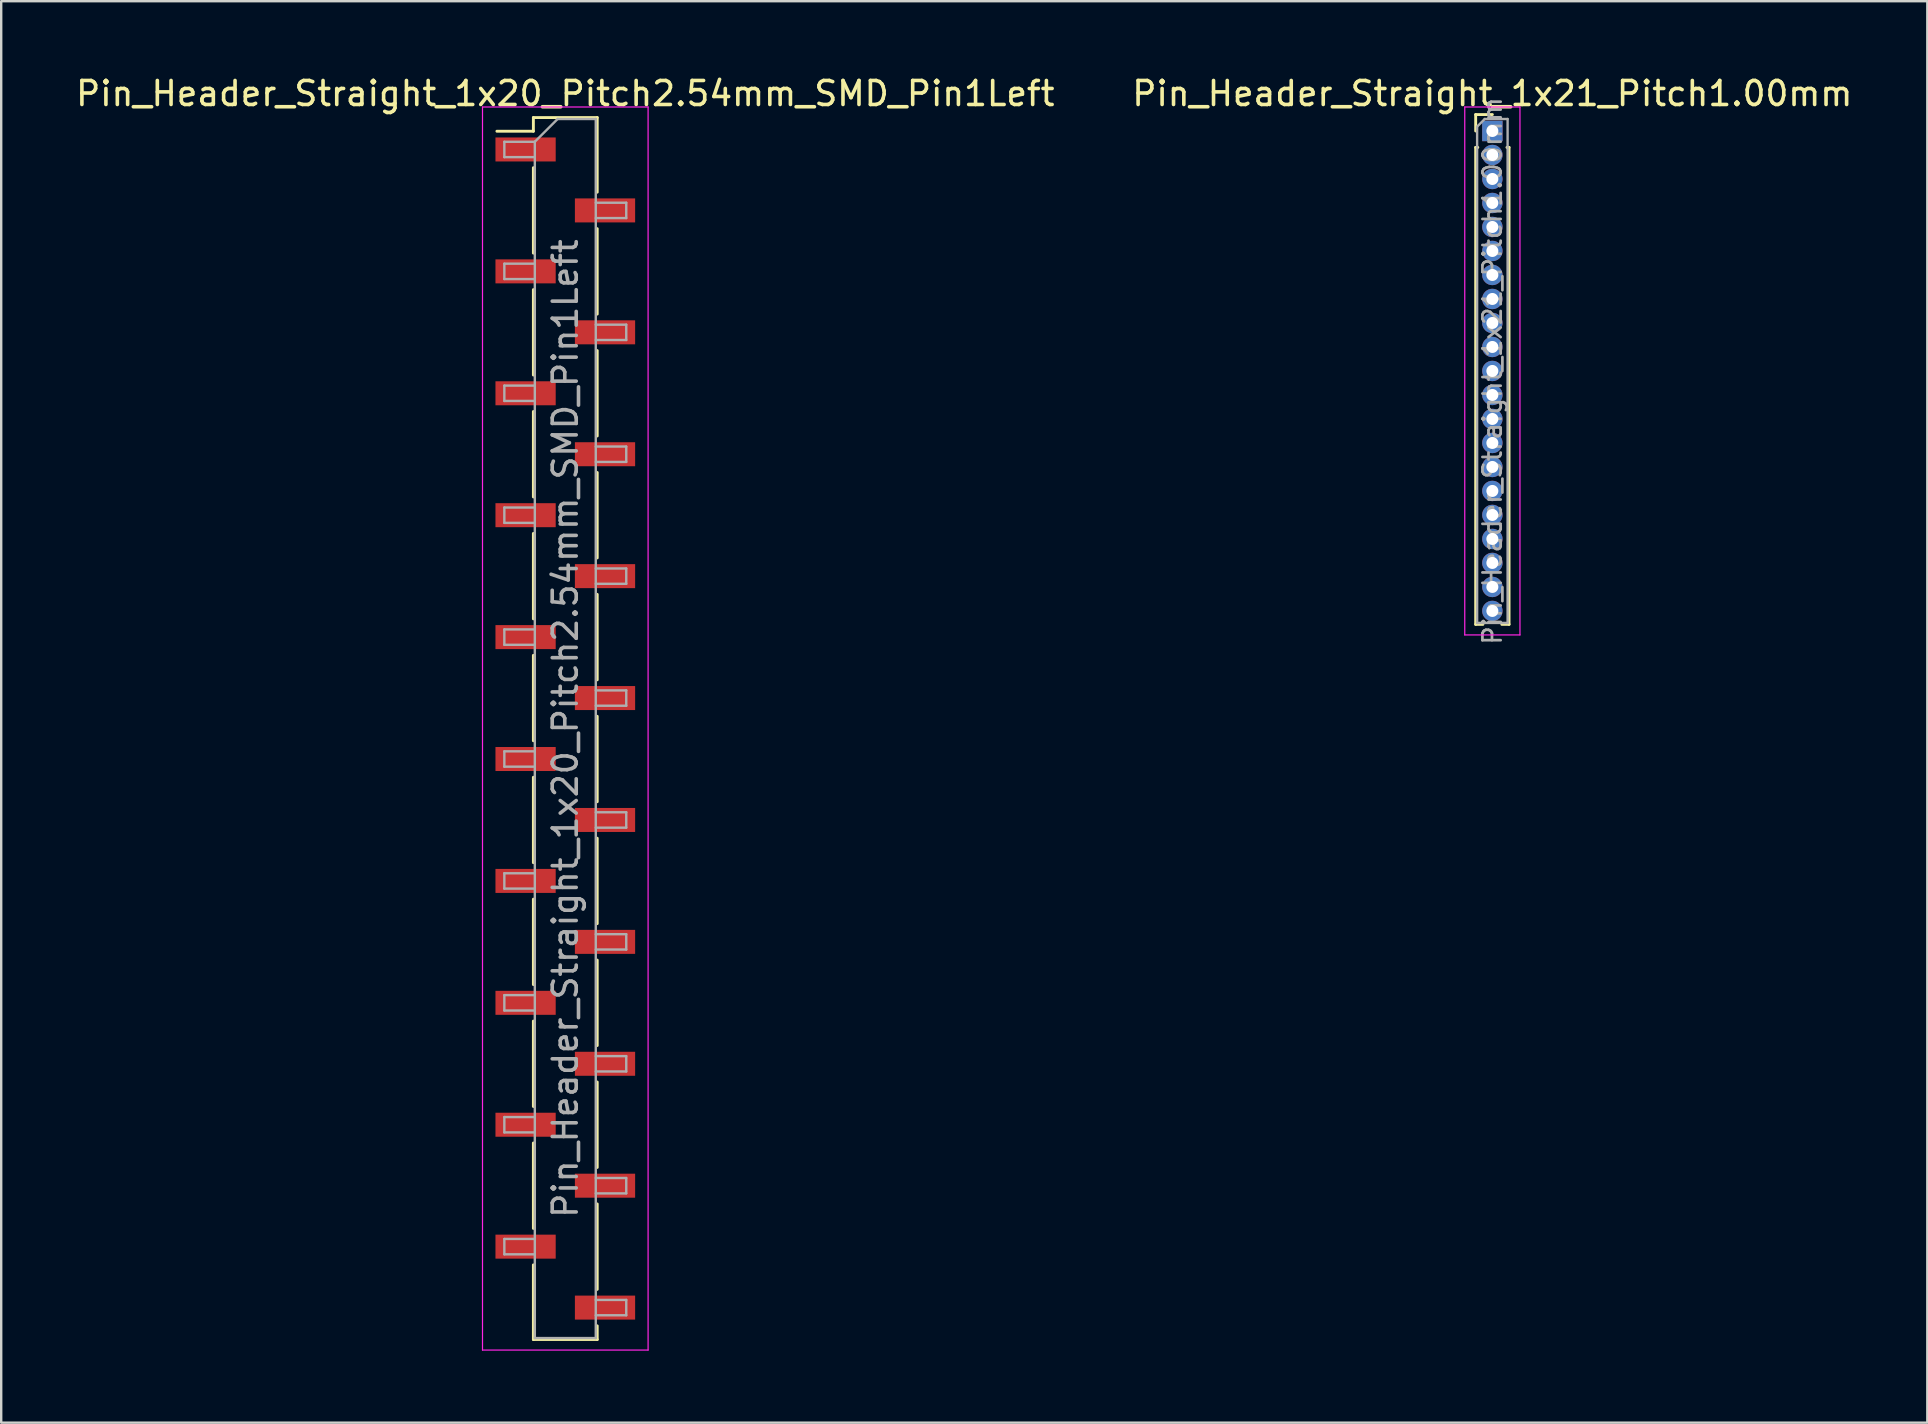
<source format=kicad_pcb>
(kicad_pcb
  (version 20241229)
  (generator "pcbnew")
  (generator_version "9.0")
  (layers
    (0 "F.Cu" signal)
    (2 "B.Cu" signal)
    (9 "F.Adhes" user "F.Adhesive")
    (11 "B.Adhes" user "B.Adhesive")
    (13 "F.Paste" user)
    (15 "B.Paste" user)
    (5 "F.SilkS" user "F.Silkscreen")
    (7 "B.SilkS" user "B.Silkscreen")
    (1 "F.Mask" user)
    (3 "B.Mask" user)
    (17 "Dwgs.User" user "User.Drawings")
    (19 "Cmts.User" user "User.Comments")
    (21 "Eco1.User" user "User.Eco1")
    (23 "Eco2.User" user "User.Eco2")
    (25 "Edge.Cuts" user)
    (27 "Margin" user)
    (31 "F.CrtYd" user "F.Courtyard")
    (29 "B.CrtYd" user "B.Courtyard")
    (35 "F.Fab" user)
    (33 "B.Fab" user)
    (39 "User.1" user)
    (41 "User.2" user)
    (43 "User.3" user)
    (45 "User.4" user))
  (footprint "Pin_Header_Straight_1x21_Pitch1.00mm"
    (layer "F.Cu")
    (at 59.137 2.408)
    (property "Reference" "Pin_Header_Straight_1x21_Pitch1.00mm" (at 0 -1.56 0) (layer "F.SilkS") (effects (font (size 1 1) (thickness 0.15))))
    (attr through_hole)
    (fp_line (start -0.695 -0.685) (end 0 -0.685) (stroke (width 0.12) (type solid)) (layer "F.SilkS"))
    (fp_line (start -0.695 0) (end -0.695 -0.685) (stroke (width 0.12) (type solid)) (layer "F.SilkS"))
    (fp_line (start -0.695 0.685) (end -0.695 20.56) (stroke (width 0.12) (type solid)) (layer "F.SilkS"))
    (fp_line (start -0.695 0.685) (end -0.608 0.685) (stroke (width 0.12) (type solid)) (layer "F.SilkS"))
    (fp_line (start -0.695 20.56) (end -0.394 20.56) (stroke (width 0.12) (type solid)) (layer "F.SilkS"))
    (fp_line (start 0.394 20.56) (end 0.695 20.56) (stroke (width 0.12) (type solid)) (layer "F.SilkS"))
    (fp_line (start 0.608 0.685) (end 0.695 0.685) (stroke (width 0.12) (type solid)) (layer "F.SilkS"))
    (fp_line (start 0.695 0.685) (end 0.695 20.56) (stroke (width 0.12) (type solid)) (layer "F.SilkS"))
    (fp_line (start -1.15 -1) (end -1.15 21) (stroke (width 0.05) (type solid)) (layer "F.CrtYd"))
    (fp_line (start -1.15 21) (end 1.15 21) (stroke (width 0.05) (type solid)) (layer "F.CrtYd"))
    (fp_line (start 1.15 -1) (end -1.15 -1) (stroke (width 0.05) (type solid)) (layer "F.CrtYd"))
    (fp_line (start 1.15 21) (end 1.15 -1) (stroke (width 0.05) (type solid)) (layer "F.CrtYd"))
    (fp_line (start -0.635 -0.182) (end -0.318 -0.5) (stroke (width 0.1) (type solid)) (layer "F.Fab"))
    (fp_line (start -0.635 20.5) (end -0.635 -0.182) (stroke (width 0.1) (type solid)) (layer "F.Fab"))
    (fp_line (start -0.318 -0.5) (end 0.635 -0.5) (stroke (width 0.1) (type solid)) (layer "F.Fab"))
    (fp_line (start 0.635 -0.5) (end 0.635 20.5) (stroke (width 0.1) (type solid)) (layer "F.Fab"))
    (fp_line (start 0.635 20.5) (end -0.635 20.5) (stroke (width 0.1) (type solid)) (layer "F.Fab"))
    (fp_text user "${REFERENCE}" (at 0 10 90) (layer "F.Fab") (effects (font (size 0.76 0.76) (thickness 0.114))))
    (pad "1" thru_hole rect (at 0 0) (size 0.85 0.85) (drill 0.5) (layers "*.Cu" "*.Mask"))
    (pad "2" thru_hole oval (at 0 1) (size 0.85 0.85) (drill 0.5) (layers "*.Cu" "*.Mask"))
    (pad "3" thru_hole oval (at 0 2) (size 0.85 0.85) (drill 0.5) (layers "*.Cu" "*.Mask"))
    (pad "4" thru_hole oval (at 0 3) (size 0.85 0.85) (drill 0.5) (layers "*.Cu" "*.Mask"))
    (pad "5" thru_hole oval (at 0 4) (size 0.85 0.85) (drill 0.5) (layers "*.Cu" "*.Mask"))
    (pad "6" thru_hole oval (at 0 5) (size 0.85 0.85) (drill 0.5) (layers "*.Cu" "*.Mask"))
    (pad "7" thru_hole oval (at 0 6) (size 0.85 0.85) (drill 0.5) (layers "*.Cu" "*.Mask"))
    (pad "8" thru_hole oval (at 0 7) (size 0.85 0.85) (drill 0.5) (layers "*.Cu" "*.Mask"))
    (pad "9" thru_hole oval (at 0 8) (size 0.85 0.85) (drill 0.5) (layers "*.Cu" "*.Mask"))
    (pad "10" thru_hole oval (at 0 9) (size 0.85 0.85) (drill 0.5) (layers "*.Cu" "*.Mask"))
    (pad "11" thru_hole oval (at 0 10) (size 0.85 0.85) (drill 0.5) (layers "*.Cu" "*.Mask"))
    (pad "12" thru_hole oval (at 0 11) (size 0.85 0.85) (drill 0.5) (layers "*.Cu" "*.Mask"))
    (pad "13" thru_hole oval (at 0 12) (size 0.85 0.85) (drill 0.5) (layers "*.Cu" "*.Mask"))
    (pad "14" thru_hole oval (at 0 13) (size 0.85 0.85) (drill 0.5) (layers "*.Cu" "*.Mask"))
    (pad "15" thru_hole oval (at 0 14) (size 0.85 0.85) (drill 0.5) (layers "*.Cu" "*.Mask"))
    (pad "16" thru_hole oval (at 0 15) (size 0.85 0.85) (drill 0.5) (layers "*.Cu" "*.Mask"))
    (pad "17" thru_hole oval (at 0 16) (size 0.85 0.85) (drill 0.5) (layers "*.Cu" "*.Mask"))
    (pad "18" thru_hole oval (at 0 17) (size 0.85 0.85) (drill 0.5) (layers "*.Cu" "*.Mask"))
    (pad "19" thru_hole oval (at 0 18) (size 0.85 0.85) (drill 0.5) (layers "*.Cu" "*.Mask"))
    (pad "20" thru_hole oval (at 0 19) (size 0.85 0.85) (drill 0.5) (layers "*.Cu" "*.Mask"))
    (pad "21" thru_hole oval (at 0 20) (size 0.85 0.85) (drill 0.5) (layers "*.Cu" "*.Mask")))
  (footprint "Pin_Header_Straight_1x20_Pitch2.54mm_SMD_Pin1Left"
    (layer "F.Cu")
    (at 20.506 27.308)
    (property "Reference" "Pin_Header_Straight_1x20_Pitch2.54mm_SMD_Pin1Left" (at 0 -26.46 0) (layer "F.SilkS") (effects (font (size 1 1) (thickness 0.15))))
    (attr smd)
    (fp_line (start -1.33 -25.46) (end -1.33 -24.89) (stroke (width 0.12) (type solid)) (layer "F.SilkS"))
    (fp_line (start -1.33 -25.46) (end 1.33 -25.46) (stroke (width 0.12) (type solid)) (layer "F.SilkS"))
    (fp_line (start -1.33 -24.89) (end -2.85 -24.89) (stroke (width 0.12) (type solid)) (layer "F.SilkS"))
    (fp_line (start -1.33 -23.37) (end -1.33 -19.81) (stroke (width 0.12) (type solid)) (layer "F.SilkS"))
    (fp_line (start -1.33 -18.29) (end -1.33 -14.73) (stroke (width 0.12) (type solid)) (layer "F.SilkS"))
    (fp_line (start -1.33 -13.21) (end -1.33 -9.65) (stroke (width 0.12) (type solid)) (layer "F.SilkS"))
    (fp_line (start -1.33 -8.13) (end -1.33 -4.57) (stroke (width 0.12) (type solid)) (layer "F.SilkS"))
    (fp_line (start -1.33 -3.05) (end -1.33 0.51) (stroke (width 0.12) (type solid)) (layer "F.SilkS"))
    (fp_line (start -1.33 2.03) (end -1.33 5.59) (stroke (width 0.12) (type solid)) (layer "F.SilkS"))
    (fp_line (start -1.33 7.11) (end -1.33 10.67) (stroke (width 0.12) (type solid)) (layer "F.SilkS"))
    (fp_line (start -1.33 12.19) (end -1.33 15.75) (stroke (width 0.12) (type solid)) (layer "F.SilkS"))
    (fp_line (start -1.33 17.27) (end -1.33 20.83) (stroke (width 0.12) (type solid)) (layer "F.SilkS"))
    (fp_line (start -1.33 22.35) (end -1.33 25.46) (stroke (width 0.12) (type solid)) (layer "F.SilkS"))
    (fp_line (start -1.33 25.46) (end 1.33 25.46) (stroke (width 0.12) (type solid)) (layer "F.SilkS"))
    (fp_line (start 1.33 -25.46) (end 1.33 -22.35) (stroke (width 0.12) (type solid)) (layer "F.SilkS"))
    (fp_line (start 1.33 -20.83) (end 1.33 -17.27) (stroke (width 0.12) (type solid)) (layer "F.SilkS"))
    (fp_line (start 1.33 -15.75) (end 1.33 -12.19) (stroke (width 0.12) (type solid)) (layer "F.SilkS"))
    (fp_line (start 1.33 -10.67) (end 1.33 -7.11) (stroke (width 0.12) (type solid)) (layer "F.SilkS"))
    (fp_line (start 1.33 -5.59) (end 1.33 -2.03) (stroke (width 0.12) (type solid)) (layer "F.SilkS"))
    (fp_line (start 1.33 -0.51) (end 1.33 3.05) (stroke (width 0.12) (type solid)) (layer "F.SilkS"))
    (fp_line (start 1.33 4.57) (end 1.33 8.13) (stroke (width 0.12) (type solid)) (layer "F.SilkS"))
    (fp_line (start 1.33 9.65) (end 1.33 13.21) (stroke (width 0.12) (type solid)) (layer "F.SilkS"))
    (fp_line (start 1.33 14.73) (end 1.33 18.29) (stroke (width 0.12) (type solid)) (layer "F.SilkS"))
    (fp_line (start 1.33 19.81) (end 1.33 23.37) (stroke (width 0.12) (type solid)) (layer "F.SilkS"))
    (fp_line (start 1.33 24.89) (end 1.33 25.46) (stroke (width 0.12) (type solid)) (layer "F.SilkS"))
    (fp_line (start -3.45 -25.9) (end -3.45 25.9) (stroke (width 0.05) (type solid)) (layer "F.CrtYd"))
    (fp_line (start -3.45 25.9) (end 3.45 25.9) (stroke (width 0.05) (type solid)) (layer "F.CrtYd"))
    (fp_line (start 3.45 -25.9) (end -3.45 -25.9) (stroke (width 0.05) (type solid)) (layer "F.CrtYd"))
    (fp_line (start 3.45 25.9) (end 3.45 -25.9) (stroke (width 0.05) (type solid)) (layer "F.CrtYd"))
    (fp_line (start -2.54 -24.45) (end -2.54 -23.81) (stroke (width 0.1) (type solid)) (layer "F.Fab"))
    (fp_line (start -2.54 -23.81) (end -1.27 -23.81) (stroke (width 0.1) (type solid)) (layer "F.Fab"))
    (fp_line (start -2.54 -19.37) (end -2.54 -18.73) (stroke (width 0.1) (type solid)) (layer "F.Fab"))
    (fp_line (start -2.54 -18.73) (end -1.27 -18.73) (stroke (width 0.1) (type solid)) (layer "F.Fab"))
    (fp_line (start -2.54 -14.29) (end -2.54 -13.65) (stroke (width 0.1) (type solid)) (layer "F.Fab"))
    (fp_line (start -2.54 -13.65) (end -1.27 -13.65) (stroke (width 0.1) (type solid)) (layer "F.Fab"))
    (fp_line (start -2.54 -9.21) (end -2.54 -8.57) (stroke (width 0.1) (type solid)) (layer "F.Fab"))
    (fp_line (start -2.54 -8.57) (end -1.27 -8.57) (stroke (width 0.1) (type solid)) (layer "F.Fab"))
    (fp_line (start -2.54 -4.13) (end -2.54 -3.49) (stroke (width 0.1) (type solid)) (layer "F.Fab"))
    (fp_line (start -2.54 -3.49) (end -1.27 -3.49) (stroke (width 0.1) (type solid)) (layer "F.Fab"))
    (fp_line (start -2.54 0.95) (end -2.54 1.59) (stroke (width 0.1) (type solid)) (layer "F.Fab"))
    (fp_line (start -2.54 1.59) (end -1.27 1.59) (stroke (width 0.1) (type solid)) (layer "F.Fab"))
    (fp_line (start -2.54 6.03) (end -2.54 6.67) (stroke (width 0.1) (type solid)) (layer "F.Fab"))
    (fp_line (start -2.54 6.67) (end -1.27 6.67) (stroke (width 0.1) (type solid)) (layer "F.Fab"))
    (fp_line (start -2.54 11.11) (end -2.54 11.75) (stroke (width 0.1) (type solid)) (layer "F.Fab"))
    (fp_line (start -2.54 11.75) (end -1.27 11.75) (stroke (width 0.1) (type solid)) (layer "F.Fab"))
    (fp_line (start -2.54 16.19) (end -2.54 16.83) (stroke (width 0.1) (type solid)) (layer "F.Fab"))
    (fp_line (start -2.54 16.83) (end -1.27 16.83) (stroke (width 0.1) (type solid)) (layer "F.Fab"))
    (fp_line (start -2.54 21.27) (end -2.54 21.91) (stroke (width 0.1) (type solid)) (layer "F.Fab"))
    (fp_line (start -2.54 21.91) (end -1.27 21.91) (stroke (width 0.1) (type solid)) (layer "F.Fab"))
    (fp_line (start -1.27 -24.45) (end -2.54 -24.45) (stroke (width 0.1) (type solid)) (layer "F.Fab"))
    (fp_line (start -1.27 -24.45) (end -0.32 -25.4) (stroke (width 0.1) (type solid)) (layer "F.Fab"))
    (fp_line (start -1.27 -19.37) (end -2.54 -19.37) (stroke (width 0.1) (type solid)) (layer "F.Fab"))
    (fp_line (start -1.27 -14.29) (end -2.54 -14.29) (stroke (width 0.1) (type solid)) (layer "F.Fab"))
    (fp_line (start -1.27 -9.21) (end -2.54 -9.21) (stroke (width 0.1) (type solid)) (layer "F.Fab"))
    (fp_line (start -1.27 -4.13) (end -2.54 -4.13) (stroke (width 0.1) (type solid)) (layer "F.Fab"))
    (fp_line (start -1.27 0.95) (end -2.54 0.95) (stroke (width 0.1) (type solid)) (layer "F.Fab"))
    (fp_line (start -1.27 6.03) (end -2.54 6.03) (stroke (width 0.1) (type solid)) (layer "F.Fab"))
    (fp_line (start -1.27 11.11) (end -2.54 11.11) (stroke (width 0.1) (type solid)) (layer "F.Fab"))
    (fp_line (start -1.27 16.19) (end -2.54 16.19) (stroke (width 0.1) (type solid)) (layer "F.Fab"))
    (fp_line (start -1.27 21.27) (end -2.54 21.27) (stroke (width 0.1) (type solid)) (layer "F.Fab"))
    (fp_line (start -1.27 25.4) (end -1.27 -24.45) (stroke (width 0.1) (type solid)) (layer "F.Fab"))
    (fp_line (start -0.32 -25.4) (end 1.27 -25.4) (stroke (width 0.1) (type solid)) (layer "F.Fab"))
    (fp_line (start 1.27 -25.4) (end 1.27 25.4) (stroke (width 0.1) (type solid)) (layer "F.Fab"))
    (fp_line (start 1.27 -21.91) (end 2.54 -21.91) (stroke (width 0.1) (type solid)) (layer "F.Fab"))
    (fp_line (start 1.27 -16.83) (end 2.54 -16.83) (stroke (width 0.1) (type solid)) (layer "F.Fab"))
    (fp_line (start 1.27 -11.75) (end 2.54 -11.75) (stroke (width 0.1) (type solid)) (layer "F.Fab"))
    (fp_line (start 1.27 -6.67) (end 2.54 -6.67) (stroke (width 0.1) (type solid)) (layer "F.Fab"))
    (fp_line (start 1.27 -1.59) (end 2.54 -1.59) (stroke (width 0.1) (type solid)) (layer "F.Fab"))
    (fp_line (start 1.27 3.49) (end 2.54 3.49) (stroke (width 0.1) (type solid)) (layer "F.Fab"))
    (fp_line (start 1.27 8.57) (end 2.54 8.57) (stroke (width 0.1) (type solid)) (layer "F.Fab"))
    (fp_line (start 1.27 13.65) (end 2.54 13.65) (stroke (width 0.1) (type solid)) (layer "F.Fab"))
    (fp_line (start 1.27 18.73) (end 2.54 18.73) (stroke (width 0.1) (type solid)) (layer "F.Fab"))
    (fp_line (start 1.27 23.81) (end 2.54 23.81) (stroke (width 0.1) (type solid)) (layer "F.Fab"))
    (fp_line (start 1.27 25.4) (end -1.27 25.4) (stroke (width 0.1) (type solid)) (layer "F.Fab"))
    (fp_line (start 2.54 -21.91) (end 2.54 -21.27) (stroke (width 0.1) (type solid)) (layer "F.Fab"))
    (fp_line (start 2.54 -21.27) (end 1.27 -21.27) (stroke (width 0.1) (type solid)) (layer "F.Fab"))
    (fp_line (start 2.54 -16.83) (end 2.54 -16.19) (stroke (width 0.1) (type solid)) (layer "F.Fab"))
    (fp_line (start 2.54 -16.19) (end 1.27 -16.19) (stroke (width 0.1) (type solid)) (layer "F.Fab"))
    (fp_line (start 2.54 -11.75) (end 2.54 -11.11) (stroke (width 0.1) (type solid)) (layer "F.Fab"))
    (fp_line (start 2.54 -11.11) (end 1.27 -11.11) (stroke (width 0.1) (type solid)) (layer "F.Fab"))
    (fp_line (start 2.54 -6.67) (end 2.54 -6.03) (stroke (width 0.1) (type solid)) (layer "F.Fab"))
    (fp_line (start 2.54 -6.03) (end 1.27 -6.03) (stroke (width 0.1) (type solid)) (layer "F.Fab"))
    (fp_line (start 2.54 -1.59) (end 2.54 -0.95) (stroke (width 0.1) (type solid)) (layer "F.Fab"))
    (fp_line (start 2.54 -0.95) (end 1.27 -0.95) (stroke (width 0.1) (type solid)) (layer "F.Fab"))
    (fp_line (start 2.54 3.49) (end 2.54 4.13) (stroke (width 0.1) (type solid)) (layer "F.Fab"))
    (fp_line (start 2.54 4.13) (end 1.27 4.13) (stroke (width 0.1) (type solid)) (layer "F.Fab"))
    (fp_line (start 2.54 8.57) (end 2.54 9.21) (stroke (width 0.1) (type solid)) (layer "F.Fab"))
    (fp_line (start 2.54 9.21) (end 1.27 9.21) (stroke (width 0.1) (type solid)) (layer "F.Fab"))
    (fp_line (start 2.54 13.65) (end 2.54 14.29) (stroke (width 0.1) (type solid)) (layer "F.Fab"))
    (fp_line (start 2.54 14.29) (end 1.27 14.29) (stroke (width 0.1) (type solid)) (layer "F.Fab"))
    (fp_line (start 2.54 18.73) (end 2.54 19.37) (stroke (width 0.1) (type solid)) (layer "F.Fab"))
    (fp_line (start 2.54 19.37) (end 1.27 19.37) (stroke (width 0.1) (type solid)) (layer "F.Fab"))
    (fp_line (start 2.54 23.81) (end 2.54 24.45) (stroke (width 0.1) (type solid)) (layer "F.Fab"))
    (fp_line (start 2.54 24.45) (end 1.27 24.45) (stroke (width 0.1) (type solid)) (layer "F.Fab"))
    (fp_text user "${REFERENCE}" (at 0 0 90) (layer "F.Fab") (effects (font (size 1 1) (thickness 0.15))))
    (pad "1" smd rect (at -1.655 -24.13) (size 2.51 1) (layers "F.Cu" "F.Mask" "F.Paste"))
    (pad "2" smd rect (at 1.655 -21.59) (size 2.51 1) (layers "F.Cu" "F.Mask" "F.Paste"))
    (pad "3" smd rect (at -1.655 -19.05) (size 2.51 1) (layers "F.Cu" "F.Mask" "F.Paste"))
    (pad "4" smd rect (at 1.655 -16.51) (size 2.51 1) (layers "F.Cu" "F.Mask" "F.Paste"))
    (pad "5" smd rect (at -1.655 -13.97) (size 2.51 1) (layers "F.Cu" "F.Mask" "F.Paste"))
    (pad "6" smd rect (at 1.655 -11.43) (size 2.51 1) (layers "F.Cu" "F.Mask" "F.Paste"))
    (pad "7" smd rect (at -1.655 -8.89) (size 2.51 1) (layers "F.Cu" "F.Mask" "F.Paste"))
    (pad "8" smd rect (at 1.655 -6.35) (size 2.51 1) (layers "F.Cu" "F.Mask" "F.Paste"))
    (pad "9" smd rect (at -1.655 -3.81) (size 2.51 1) (layers "F.Cu" "F.Mask" "F.Paste"))
    (pad "10" smd rect (at 1.655 -1.27) (size 2.51 1) (layers "F.Cu" "F.Mask" "F.Paste"))
    (pad "11" smd rect (at -1.655 1.27) (size 2.51 1) (layers "F.Cu" "F.Mask" "F.Paste"))
    (pad "12" smd rect (at 1.655 3.81) (size 2.51 1) (layers "F.Cu" "F.Mask" "F.Paste"))
    (pad "13" smd rect (at -1.655 6.35) (size 2.51 1) (layers "F.Cu" "F.Mask" "F.Paste"))
    (pad "14" smd rect (at 1.655 8.89) (size 2.51 1) (layers "F.Cu" "F.Mask" "F.Paste"))
    (pad "15" smd rect (at -1.655 11.43) (size 2.51 1) (layers "F.Cu" "F.Mask" "F.Paste"))
    (pad "16" smd rect (at 1.655 13.97) (size 2.51 1) (layers "F.Cu" "F.Mask" "F.Paste"))
    (pad "17" smd rect (at -1.655 16.51) (size 2.51 1) (layers "F.Cu" "F.Mask" "F.Paste"))
    (pad "18" smd rect (at 1.655 19.05) (size 2.51 1) (layers "F.Cu" "F.Mask" "F.Paste"))
    (pad "19" smd rect (at -1.655 21.59) (size 2.51 1) (layers "F.Cu" "F.Mask" "F.Paste"))
    (pad "20" smd rect (at 1.655 24.13) (size 2.51 1) (layers "F.Cu" "F.Mask" "F.Paste")))
  (gr_rect
    (start -3 -3)
    (end 77.262 56.233)
    (stroke (width 0.1) (type default))
    (fill no)
    (layer "Edge.Cuts")))
</source>
